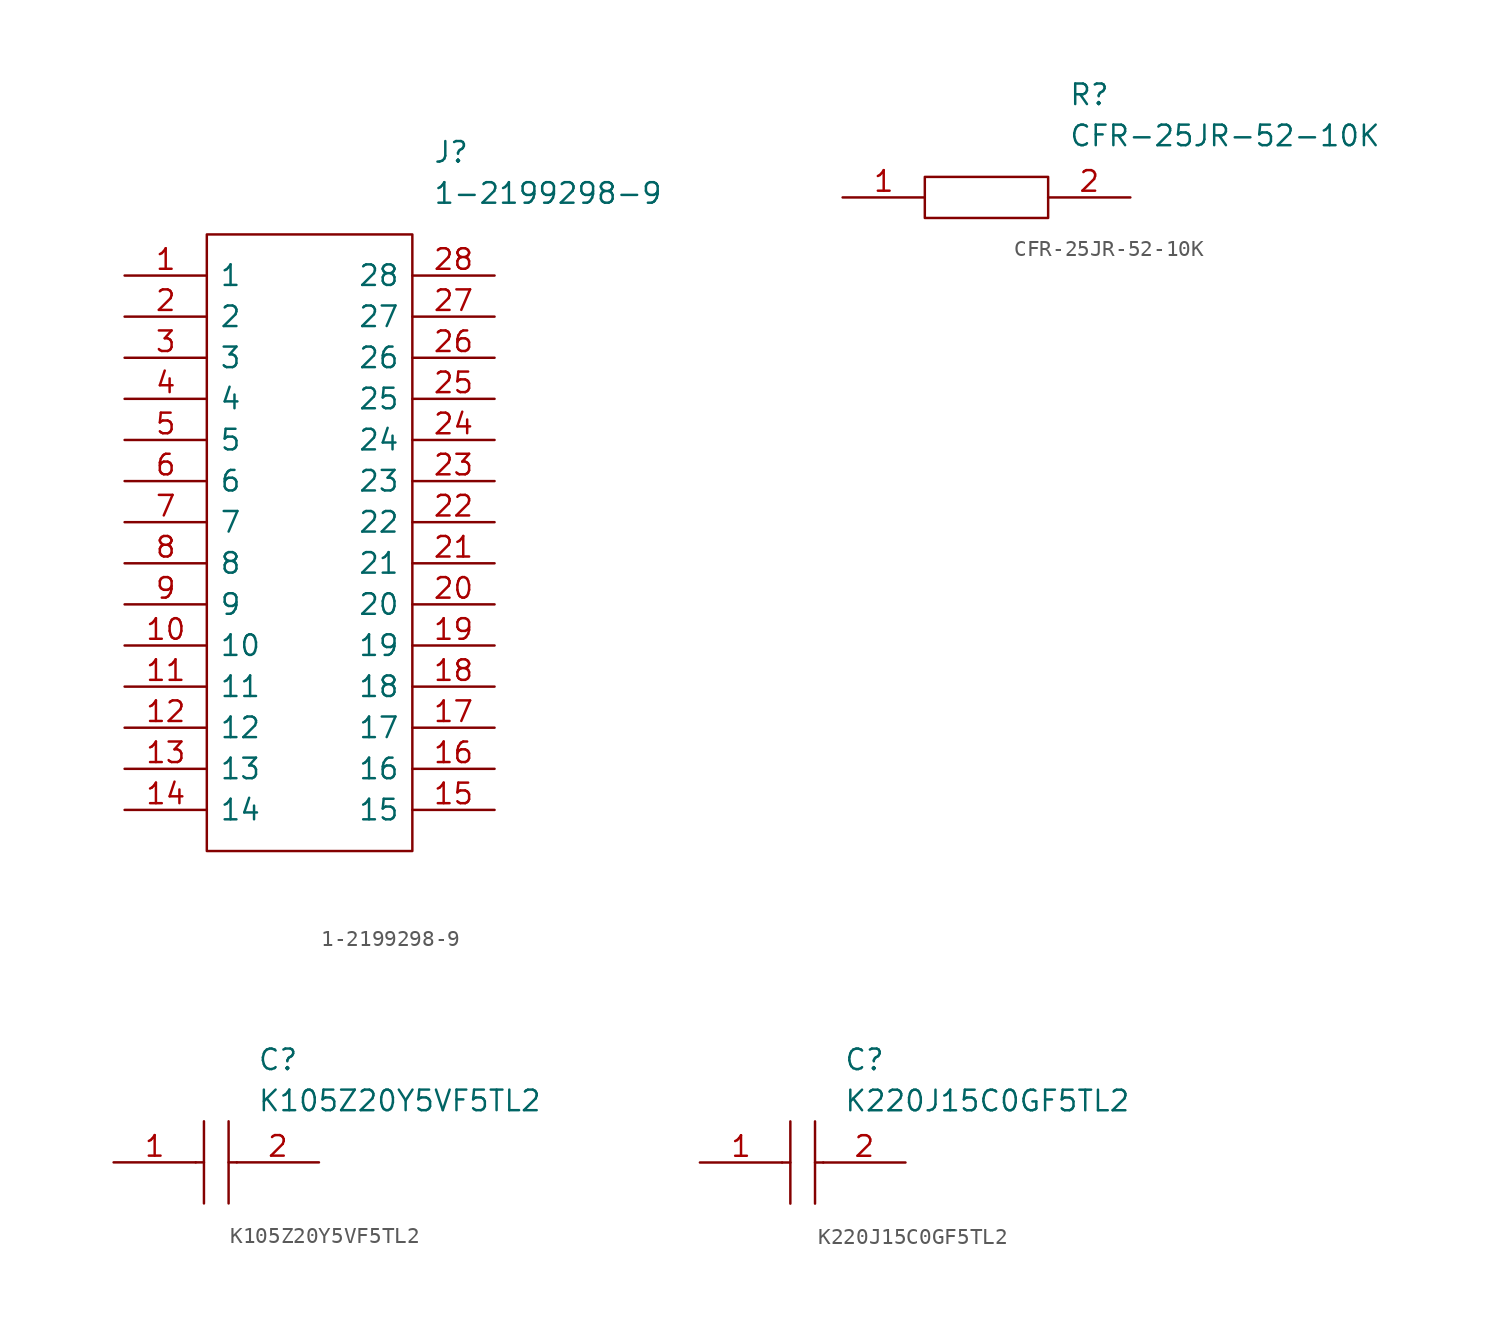
<source format=kicad_sym>
(kicad_symbol_lib
  (version 20211014)
  (generator kicad_symbol_editor)
  (symbol "1-2199298-9"
    (pin_names
      (offset 0.762))
    (property "Reference" "J"
      (at 19.05 7.62 0)
      (effects (font (size 1.27 1.27)) (justify left)))
    (property "Value" "1-2199298-9"
      (at 19.05 5.08 0)
      (effects (font (size 1.27 1.27)) (justify left)))
    (symbol "1-2199298-9_0_0"
      (pin passive line (at 0 0 0) (length 5.08) (name "1" (effects (font (size 1.27 1.27)))) (number "1" (effects (font (size 1.27 1.27)))))
      (pin passive line (at 0 -22.86 0) (length 5.08) (name "10" (effects (font (size 1.27 1.27)))) (number "10" (effects (font (size 1.27 1.27)))))
      (pin passive line (at 0 -25.4 0) (length 5.08) (name "11" (effects (font (size 1.27 1.27)))) (number "11" (effects (font (size 1.27 1.27)))))
      (pin passive line (at 0 -27.94 0) (length 5.08) (name "12" (effects (font (size 1.27 1.27)))) (number "12" (effects (font (size 1.27 1.27)))))
      (pin passive line (at 0 -30.48 0) (length 5.08) (name "13" (effects (font (size 1.27 1.27)))) (number "13" (effects (font (size 1.27 1.27)))))
      (pin passive line (at 0 -33.02 0) (length 5.08) (name "14" (effects (font (size 1.27 1.27)))) (number "14" (effects (font (size 1.27 1.27)))))
      (pin passive line (at 22.86 -33.02 180) (length 5.08) (name "15" (effects (font (size 1.27 1.27)))) (number "15" (effects (font (size 1.27 1.27)))))
      (pin passive line (at 22.86 -30.48 180) (length 5.08) (name "16" (effects (font (size 1.27 1.27)))) (number "16" (effects (font (size 1.27 1.27)))))
      (pin passive line (at 22.86 -27.94 180) (length 5.08) (name "17" (effects (font (size 1.27 1.27)))) (number "17" (effects (font (size 1.27 1.27)))))
      (pin passive line (at 22.86 -25.4 180) (length 5.08) (name "18" (effects (font (size 1.27 1.27)))) (number "18" (effects (font (size 1.27 1.27)))))
      (pin passive line (at 22.86 -22.86 180) (length 5.08) (name "19" (effects (font (size 1.27 1.27)))) (number "19" (effects (font (size 1.27 1.27)))))
      (pin passive line (at 0 -2.54 0) (length 5.08) (name "2" (effects (font (size 1.27 1.27)))) (number "2" (effects (font (size 1.27 1.27)))))
      (pin passive line (at 22.86 -20.32 180) (length 5.08) (name "20" (effects (font (size 1.27 1.27)))) (number "20" (effects (font (size 1.27 1.27)))))
      (pin passive line (at 22.86 -17.78 180) (length 5.08) (name "21" (effects (font (size 1.27 1.27)))) (number "21" (effects (font (size 1.27 1.27)))))
      (pin passive line (at 22.86 -15.24 180) (length 5.08) (name "22" (effects (font (size 1.27 1.27)))) (number "22" (effects (font (size 1.27 1.27)))))
      (pin passive line (at 22.86 -12.7 180) (length 5.08) (name "23" (effects (font (size 1.27 1.27)))) (number "23" (effects (font (size 1.27 1.27)))))
      (pin passive line (at 22.86 -10.16 180) (length 5.08) (name "24" (effects (font (size 1.27 1.27)))) (number "24" (effects (font (size 1.27 1.27)))))
      (pin passive line (at 22.86 -7.62 180) (length 5.08) (name "25" (effects (font (size 1.27 1.27)))) (number "25" (effects (font (size 1.27 1.27)))))
      (pin passive line (at 22.86 -5.08 180) (length 5.08) (name "26" (effects (font (size 1.27 1.27)))) (number "26" (effects (font (size 1.27 1.27)))))
      (pin passive line (at 22.86 -2.54 180) (length 5.08) (name "27" (effects (font (size 1.27 1.27)))) (number "27" (effects (font (size 1.27 1.27)))))
      (pin passive line (at 22.86 0 180) (length 5.08) (name "28" (effects (font (size 1.27 1.27)))) (number "28" (effects (font (size 1.27 1.27)))))
      (pin passive line (at 0 -5.08 0) (length 5.08) (name "3" (effects (font (size 1.27 1.27)))) (number "3" (effects (font (size 1.27 1.27)))))
      (pin passive line (at 0 -7.62 0) (length 5.08) (name "4" (effects (font (size 1.27 1.27)))) (number "4" (effects (font (size 1.27 1.27)))))
      (pin passive line (at 0 -10.16 0) (length 5.08) (name "5" (effects (font (size 1.27 1.27)))) (number "5" (effects (font (size 1.27 1.27)))))
      (pin passive line (at 0 -12.7 0) (length 5.08) (name "6" (effects (font (size 1.27 1.27)))) (number "6" (effects (font (size 1.27 1.27)))))
      (pin passive line (at 0 -15.24 0) (length 5.08) (name "7" (effects (font (size 1.27 1.27)))) (number "7" (effects (font (size 1.27 1.27)))))
      (pin passive line (at 0 -17.78 0) (length 5.08) (name "8" (effects (font (size 1.27 1.27)))) (number "8" (effects (font (size 1.27 1.27)))))
      (pin passive line (at 0 -20.32 0) (length 5.08) (name "9" (effects (font (size 1.27 1.27)))) (number "9" (effects (font (size 1.27 1.27))))))
    (symbol "1-2199298-9_0_1"
      (polyline (pts (xy 5.08 2.54) (xy 17.78 2.54) (xy 17.78 -35.56) (xy 5.08 -35.56) (xy 5.08 2.54)) (stroke (width 0.152) (type default) (color 0 0 0 0)) (fill (type none)))))
  (symbol "CFR-25JR-52-10K"
    (pin_names
      (offset 0.762))
    (property "Reference" "R"
      (at 13.97 6.35 0)
      (effects (font (size 1.27 1.27)) (justify left)))
    (property "Value" "CFR-25JR-52-10K"
      (at 13.97 3.81 0)
      (effects (font (size 1.27 1.27)) (justify left)))
    (symbol "CFR-25JR-52-10K_0_0"
      (pin passive line (at 0 0 0) (length 5.08) (name "~" (effects (font (size 1.27 1.27)))) (number "1" (effects (font (size 1.27 1.27)))))
      (pin passive line (at 17.78 0 180) (length 5.08) (name "~" (effects (font (size 1.27 1.27)))) (number "2" (effects (font (size 1.27 1.27))))))
    (symbol "CFR-25JR-52-10K_0_1"
      (polyline (pts (xy 5.08 1.27) (xy 12.7 1.27) (xy 12.7 -1.27) (xy 5.08 -1.27) (xy 5.08 1.27)) (stroke (width 0.152) (type default) (color 0 0 0 0)) (fill (type none)))))
  (symbol "K105Z20Y5VF5TL2"
    (pin_names
      (offset 0.762))
    (property "Reference" "C"
      (at 8.89 6.35 0)
      (effects (font (size 1.27 1.27)) (justify left)))
    (property "Value" "K105Z20Y5VF5TL2"
      (at 8.89 3.81 0)
      (effects (font (size 1.27 1.27)) (justify left)))
    (symbol "K105Z20Y5VF5TL2_0_0"
      (pin passive line (at 0 0 0) (length 5.08) (name "~" (effects (font (size 1.27 1.27)))) (number "1" (effects (font (size 1.27 1.27)))))
      (pin passive line (at 12.7 0 180) (length 5.08) (name "~" (effects (font (size 1.27 1.27)))) (number "2" (effects (font (size 1.27 1.27))))))
    (symbol "K105Z20Y5VF5TL2_0_1"
      (polyline (pts (xy 5.08 0) (xy 5.588 0)) (stroke (width 0.152) (type default) (color 0 0 0 0)) (fill (type none)))
      (polyline (pts (xy 5.588 2.54) (xy 5.588 -2.54)) (stroke (width 0.152) (type default) (color 0 0 0 0)) (fill (type none)))
      (polyline (pts (xy 7.112 0) (xy 7.62 0)) (stroke (width 0.152) (type default) (color 0 0 0 0)) (fill (type none)))
      (polyline (pts (xy 7.112 2.54) (xy 7.112 -2.54)) (stroke (width 0.152) (type default) (color 0 0 0 0)) (fill (type none)))))
  (symbol "K220J15C0GF5TL2"
    (pin_names
      (offset 0.762))
    (property "Reference" "C"
      (at 8.89 6.35 0)
      (effects (font (size 1.27 1.27)) (justify left)))
    (property "Value" "K220J15C0GF5TL2"
      (at 8.89 3.81 0)
      (effects (font (size 1.27 1.27)) (justify left)))
    (symbol "K220J15C0GF5TL2_0_0"
      (pin passive line (at 0 0 0) (length 5.08) (name "~" (effects (font (size 1.27 1.27)))) (number "1" (effects (font (size 1.27 1.27)))))
      (pin passive line (at 12.7 0 180) (length 5.08) (name "~" (effects (font (size 1.27 1.27)))) (number "2" (effects (font (size 1.27 1.27))))))
    (symbol "K220J15C0GF5TL2_0_1"
      (polyline (pts (xy 5.08 0) (xy 5.588 0)) (stroke (width 0.152) (type default) (color 0 0 0 0)) (fill (type none)))
      (polyline (pts (xy 5.588 2.54) (xy 5.588 -2.54)) (stroke (width 0.152) (type default) (color 0 0 0 0)) (fill (type none)))
      (polyline (pts (xy 7.112 0) (xy 7.62 0)) (stroke (width 0.152) (type default) (color 0 0 0 0)) (fill (type none)))
      (polyline (pts (xy 7.112 2.54) (xy 7.112 -2.54)) (stroke (width 0.152) (type default) (color 0 0 0 0)) (fill (type none))))))
</source>
